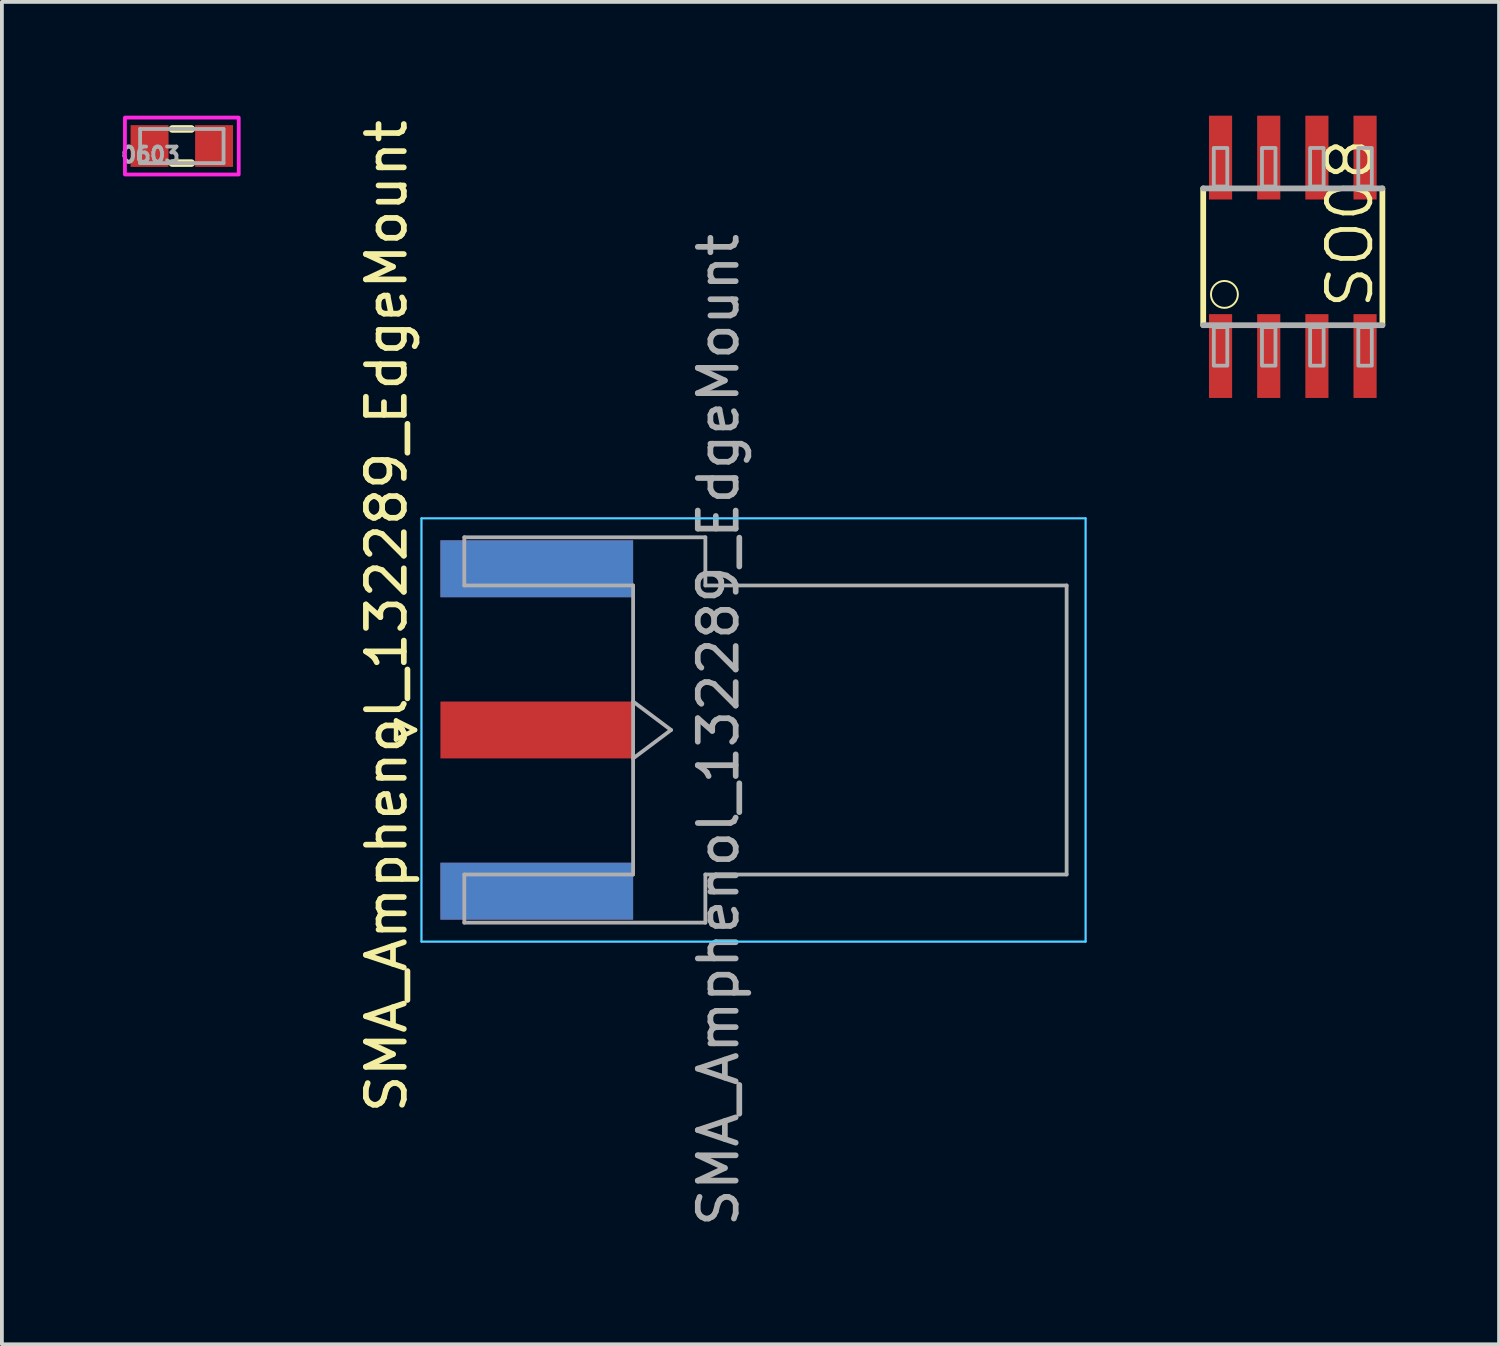
<source format=kicad_pcb>
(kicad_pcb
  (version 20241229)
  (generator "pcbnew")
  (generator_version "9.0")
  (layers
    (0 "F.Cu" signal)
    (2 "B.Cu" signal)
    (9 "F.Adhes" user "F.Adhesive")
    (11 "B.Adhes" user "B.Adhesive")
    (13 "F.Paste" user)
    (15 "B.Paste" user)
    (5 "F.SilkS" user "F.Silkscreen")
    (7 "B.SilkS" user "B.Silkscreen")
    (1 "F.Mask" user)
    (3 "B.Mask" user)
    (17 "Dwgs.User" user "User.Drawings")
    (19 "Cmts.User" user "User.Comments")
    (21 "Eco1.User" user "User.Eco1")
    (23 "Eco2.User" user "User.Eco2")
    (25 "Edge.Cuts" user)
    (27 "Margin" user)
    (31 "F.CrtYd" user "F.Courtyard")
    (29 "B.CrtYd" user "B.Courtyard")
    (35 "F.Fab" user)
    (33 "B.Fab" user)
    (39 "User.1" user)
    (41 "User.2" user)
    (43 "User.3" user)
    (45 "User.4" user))
  (footprint "SO08"
    (layer "F.Cu")
    (at 31.035 3.721)
    (property "Reference" "SO08" (at 2.176 1.431 90) (layer "F.SilkS") (effects (font (size 1.143 1.143) (thickness 0.127)) (justify left bottom)))
    (fp_line (start -2.362 -1.803) (end -2.362 1.803) (stroke (width 0.152) (type solid)) (layer "F.SilkS"))
    (fp_line (start 2.362 1.803) (end 2.362 -1.803) (stroke (width 0.152) (type solid)) (layer "F.SilkS"))
    (fp_circle (center -1.803 0.991) (end -1.448 0.991) (stroke (width 0.051) (type solid)) (fill no) (layer "F.SilkS"))
    (fp_line (start -2.362 1.803) (end 2.362 1.803) (stroke (width 0.152) (type solid)) (layer "F.Fab"))
    (fp_line (start 2.362 -1.803) (end -2.362 -1.803) (stroke (width 0.152) (type solid)) (layer "F.Fab"))
    (fp_poly (pts (xy -2.083 -1.854) (xy -1.727 -1.854) (xy -1.727 -2.87) (xy -2.083 -2.87)) (stroke (width 0.1) (type solid)) (fill no) (layer "F.Fab"))
    (fp_poly (pts (xy -2.083 2.87) (xy -1.727 2.87) (xy -1.727 1.854) (xy -2.083 1.854)) (stroke (width 0.1) (type solid)) (fill no) (layer "F.Fab"))
    (fp_poly (pts (xy -0.813 -1.854) (xy -0.457 -1.854) (xy -0.457 -2.87) (xy -0.813 -2.87)) (stroke (width 0.1) (type solid)) (fill no) (layer "F.Fab"))
    (fp_poly (pts (xy -0.813 2.87) (xy -0.457 2.87) (xy -0.457 1.854) (xy -0.813 1.854)) (stroke (width 0.1) (type solid)) (fill no) (layer "F.Fab"))
    (fp_poly (pts (xy 0.457 -1.854) (xy 0.813 -1.854) (xy 0.813 -2.87) (xy 0.457 -2.87)) (stroke (width 0.1) (type solid)) (fill no) (layer "F.Fab"))
    (fp_poly (pts (xy 0.457 2.87) (xy 0.813 2.87) (xy 0.813 1.854) (xy 0.457 1.854)) (stroke (width 0.1) (type solid)) (fill no) (layer "F.Fab"))
    (fp_poly (pts (xy 1.727 -1.854) (xy 2.083 -1.854) (xy 2.083 -2.87) (xy 1.727 -2.87)) (stroke (width 0.1) (type solid)) (fill no) (layer "F.Fab"))
    (fp_poly (pts (xy 1.727 2.87) (xy 2.083 2.87) (xy 2.083 1.854) (xy 1.727 1.854)) (stroke (width 0.1) (type solid)) (fill no) (layer "F.Fab"))
    (pad "1" smd rect (at -1.905 2.616) (size 0.61 2.21) (layers "F.Cu" "F.Mask" "F.Paste"))
    (pad "2" smd rect (at -0.635 2.616) (size 0.61 2.21) (layers "F.Cu" "F.Mask" "F.Paste"))
    (pad "3" smd rect (at 0.635 2.616) (size 0.61 2.21) (layers "F.Cu" "F.Mask" "F.Paste"))
    (pad "4" smd rect (at 1.905 2.616) (size 0.61 2.21) (layers "F.Cu" "F.Mask" "F.Paste"))
    (pad "5" smd rect (at 1.905 -2.616) (size 0.61 2.21) (layers "F.Cu" "F.Mask" "F.Paste"))
    (pad "6" smd rect (at 0.635 -2.616) (size 0.61 2.21) (layers "F.Cu" "F.Mask" "F.Paste"))
    (pad "7" smd rect (at -0.635 -2.616) (size 0.61 2.21) (layers "F.Cu" "F.Mask" "F.Paste"))
    (pad "8" smd rect (at -1.905 -2.616) (size 0.61 2.21) (layers "F.Cu" "F.Mask" "F.Paste")))
  (footprint "0603"
    (layer "F.Cu")
    (at 1.744 0.8)
    (property "Reference" "0603" (at 0 0 0) (layer "F.Fab") (effects (font (size 0.4 0.4) (thickness 0.1)) (justify right top)))
    (fp_line (start -0.25 -0.45) (end 0.25 -0.45) (stroke (width 0.2) (type solid)) (layer "F.SilkS"))
    (fp_line (start -0.25 0.45) (end 0.25 0.45) (stroke (width 0.2) (type solid)) (layer "F.SilkS"))
    (fp_poly (pts (xy -1.5 0.75) (xy 1.5 0.75) (xy 1.5 -0.75) (xy -1.5 -0.75)) (stroke (width 0.1) (type solid)) (fill no) (layer "F.CrtYd"))
    (fp_line (start -1.1 -0.45) (end 1.1 -0.45) (stroke (width 0.1) (type solid)) (layer "F.Fab"))
    (fp_line (start -1.1 0.45) (end -1.1 -0.45) (stroke (width 0.1) (type solid)) (layer "F.Fab"))
    (fp_line (start 1.1 -0.45) (end 1.1 0.45) (stroke (width 0.1) (type solid)) (layer "F.Fab"))
    (fp_line (start 1.1 0.45) (end -1.1 0.45) (stroke (width 0.1) (type solid)) (layer "F.Fab"))
    (pad "1" smd rect (at -0.85 0) (size 1 1.1) (layers "F.Cu" "F.Mask" "F.Paste"))
    (pad "2" smd rect (at 0.85 0) (size 1 1.1) (layers "F.Cu" "F.Mask" "F.Paste")))
  (footprint "SMA_Amphenol_132289_EdgeMount"
    (layer "F.Cu")
    (at 11.102 16.196)
    (property "Reference" "SMA_Amphenol_132289_EdgeMount" (at -3.96 -3 90) (layer "F.SilkS") (effects (font (size 1 1) (thickness 0.15))))
    (attr smd)
    (fp_line (start -3.71 -0.25) (end -3.71 0.25) (stroke (width 0.12) (type solid)) (layer "F.SilkS"))
    (fp_line (start -3.71 0.25) (end -3.21 0) (stroke (width 0.12) (type solid)) (layer "F.SilkS"))
    (fp_line (start -3.21 0) (end -3.71 -0.25) (stroke (width 0.12) (type solid)) (layer "F.SilkS"))
    (fp_line (start -3.04 5.58) (end -3.04 -5.58) (stroke (width 0.05) (type solid)) (layer "B.CrtYd"))
    (fp_line (start 14.47 -5.58) (end -3.04 -5.58) (stroke (width 0.05) (type solid)) (layer "B.CrtYd"))
    (fp_line (start 14.47 -5.58) (end 14.47 5.58) (stroke (width 0.05) (type solid)) (layer "B.CrtYd"))
    (fp_line (start 14.47 5.58) (end -3.04 5.58) (stroke (width 0.05) (type solid)) (layer "B.CrtYd"))
    (fp_line (start -3.04 5.58) (end -3.04 -5.58) (stroke (width 0.05) (type solid)) (layer "F.CrtYd"))
    (fp_line (start 14.47 -5.58) (end -3.04 -5.58) (stroke (width 0.05) (type solid)) (layer "F.CrtYd"))
    (fp_line (start 14.47 -5.58) (end 14.47 5.58) (stroke (width 0.05) (type solid)) (layer "F.CrtYd"))
    (fp_line (start 14.47 5.58) (end -3.04 5.58) (stroke (width 0.05) (type solid)) (layer "F.CrtYd"))
    (fp_line (start -1.91 -5.08) (end -1.91 -3.81) (stroke (width 0.1) (type solid)) (layer "F.Fab"))
    (fp_line (start -1.91 -5.08) (end 4.445 -5.08) (stroke (width 0.1) (type solid)) (layer "F.Fab"))
    (fp_line (start -1.91 -3.81) (end 2.54 -3.81) (stroke (width 0.1) (type solid)) (layer "F.Fab"))
    (fp_line (start -1.91 3.81) (end -1.91 5.08) (stroke (width 0.1) (type solid)) (layer "F.Fab"))
    (fp_line (start -1.91 5.08) (end 4.445 5.08) (stroke (width 0.1) (type solid)) (layer "F.Fab"))
    (fp_line (start 2.54 -3.81) (end 2.54 3.81) (stroke (width 0.1) (type solid)) (layer "F.Fab"))
    (fp_line (start 2.54 -0.75) (end 3.54 0) (stroke (width 0.1) (type solid)) (layer "F.Fab"))
    (fp_line (start 2.54 3.81) (end -1.91 3.81) (stroke (width 0.1) (type solid)) (layer "F.Fab"))
    (fp_line (start 3.54 0) (end 2.54 0.75) (stroke (width 0.1) (type solid)) (layer "F.Fab"))
    (fp_line (start 4.445 -3.81) (end 4.445 -5.08) (stroke (width 0.1) (type solid)) (layer "F.Fab"))
    (fp_line (start 4.445 -3.81) (end 13.97 -3.81) (stroke (width 0.1) (type solid)) (layer "F.Fab"))
    (fp_line (start 4.445 5.08) (end 4.445 3.81) (stroke (width 0.1) (type solid)) (layer "F.Fab"))
    (fp_line (start 13.97 -3.81) (end 13.97 3.81) (stroke (width 0.1) (type solid)) (layer "F.Fab"))
    (fp_line (start 13.97 3.81) (end 4.445 3.81) (stroke (width 0.1) (type solid)) (layer "F.Fab"))
    (fp_text user "${REFERENCE}" (at 4.79 0 270) (layer "F.Fab") (effects (font (size 1 1) (thickness 0.15))))
    (pad "1" smd rect (at 0 0 90) (size 1.5 5.08) (layers "F.Cu" "F.Mask" "F.Paste"))
    (pad "2" smd rect (at 0 -4.25 90) (size 1.5 5.08) (layers "F.Cu" "F.Mask" "F.Paste"))
    (pad "2" smd rect (at 0 -4.25 90) (size 1.5 5.08) (layers "B.Cu" "B.Mask" "B.Paste"))
    (pad "2" smd rect (at 0 4.25 90) (size 1.5 5.08) (layers "F.Cu" "F.Mask" "F.Paste"))
    (pad "2" smd rect (at 0 4.25 90) (size 1.5 5.08) (layers "B.Cu" "B.Mask" "B.Paste")))
  (gr_rect
    (start -3 -3)
    (end 36.473 32.393)
    (stroke (width 0.1) (type default))
    (fill no)
    (layer "Edge.Cuts")))
</source>
